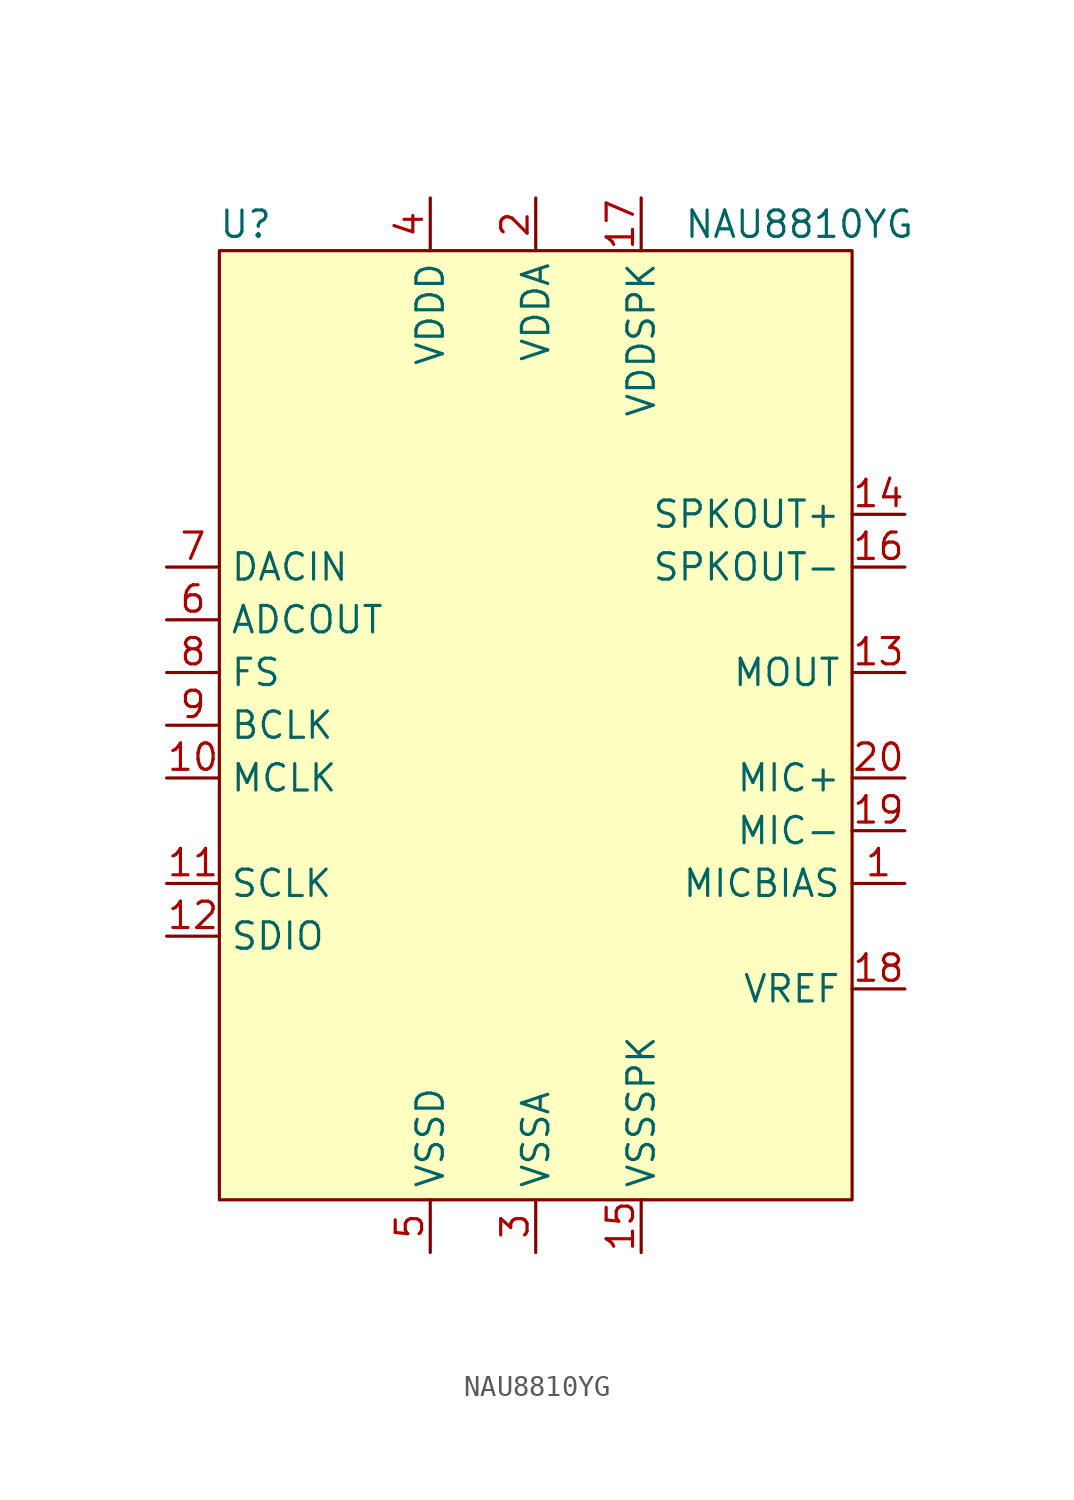
<source format=kicad_sym>
(kicad_symbol_lib
  (version 20211014)
  (generator kicad_symbol_editor)
  (symbol "NAU8810YG"
    (property "Reference" "U"
      (at -13.97 24.13 0)
      (effects (font (size 1.27 1.27))))
    (property "Value" "NAU8810YG"
      (at 12.7 24.13 0)
      (effects (font (size 1.27 1.27))))
    (symbol "NAU8810YG_0_1"
      (rectangle (start 15.24 -22.86) (end -15.24 22.86) (stroke (width 0) (type default) (color 0 0 0 0)) (fill (type background))))
    (symbol "NAU8810YG_1_1"
      (pin output line (at 17.78 -7.62 180) (length 2.54) (name "MICBIAS" (effects (font (size 1.27 1.27)))) (number "1" (effects (font (size 1.27 1.27)))))
      (pin input line (at -17.78 -2.54 0) (length 2.54) (name "MCLK" (effects (font (size 1.27 1.27)))) (number "10" (effects (font (size 1.27 1.27)))))
      (pin input line (at -17.78 -7.62 0) (length 2.54) (name "SCLK" (effects (font (size 1.27 1.27)))) (number "11" (effects (font (size 1.27 1.27)))))
      (pin output line (at -17.78 -10.16 0) (length 2.54) (name "SDIO" (effects (font (size 1.27 1.27)))) (number "12" (effects (font (size 1.27 1.27)))))
      (pin output line (at 17.78 2.54 180) (length 2.54) (name "MOUT" (effects (font (size 1.27 1.27)))) (number "13" (effects (font (size 1.27 1.27)))))
      (pin output line (at 17.78 10.16 180) (length 2.54) (name "SPKOUT+" (effects (font (size 1.27 1.27)))) (number "14" (effects (font (size 1.27 1.27)))))
      (pin output line (at 5.08 -25.4 90) (length 2.54) (name "VSSSPK" (effects (font (size 1.27 1.27)))) (number "15" (effects (font (size 1.27 1.27)))))
      (pin output line (at 17.78 7.62 180) (length 2.54) (name "SPKOUT-" (effects (font (size 1.27 1.27)))) (number "16" (effects (font (size 1.27 1.27)))))
      (pin power_in line (at 5.08 25.4 270) (length 2.54) (name "VDDSPK" (effects (font (size 1.27 1.27)))) (number "17" (effects (font (size 1.27 1.27)))))
      (pin output line (at 17.78 -12.7 180) (length 2.54) (name "VREF" (effects (font (size 1.27 1.27)))) (number "18" (effects (font (size 1.27 1.27)))))
      (pin input line (at 17.78 -5.08 180) (length 2.54) (name "MIC-" (effects (font (size 1.27 1.27)))) (number "19" (effects (font (size 1.27 1.27)))))
      (pin power_in line (at 0 25.4 270) (length 2.54) (name "VDDA" (effects (font (size 1.27 1.27)))) (number "2" (effects (font (size 1.27 1.27)))))
      (pin input line (at 17.78 -2.54 180) (length 2.54) (name "MIC+" (effects (font (size 1.27 1.27)))) (number "20" (effects (font (size 1.27 1.27)))))
      (pin passive line (at 0 -25.4 90) (length 2.54) hide (name "VSSA" (effects (font (size 1.27 1.27)))) (number "21" (effects (font (size 1.27 1.27)))))
      (pin power_in line (at 0 -25.4 90) (length 2.54) (name "VSSA" (effects (font (size 1.27 1.27)))) (number "3" (effects (font (size 1.27 1.27)))))
      (pin power_in line (at -5.08 25.4 270) (length 2.54) (name "VDDD" (effects (font (size 1.27 1.27)))) (number "4" (effects (font (size 1.27 1.27)))))
      (pin power_in line (at -5.08 -25.4 90) (length 2.54) (name "VSSD" (effects (font (size 1.27 1.27)))) (number "5" (effects (font (size 1.27 1.27)))))
      (pin output line (at -17.78 5.08 0) (length 2.54) (name "ADCOUT" (effects (font (size 1.27 1.27)))) (number "6" (effects (font (size 1.27 1.27)))))
      (pin input line (at -17.78 7.62 0) (length 2.54) (name "DACIN" (effects (font (size 1.27 1.27)))) (number "7" (effects (font (size 1.27 1.27)))))
      (pin bidirectional line (at -17.78 2.54 0) (length 2.54) (name "FS" (effects (font (size 1.27 1.27)))) (number "8" (effects (font (size 1.27 1.27)))))
      (pin bidirectional line (at -17.78 0 0) (length 2.54) (name "BCLK" (effects (font (size 1.27 1.27)))) (number "9" (effects (font (size 1.27 1.27))))))))
</source>
